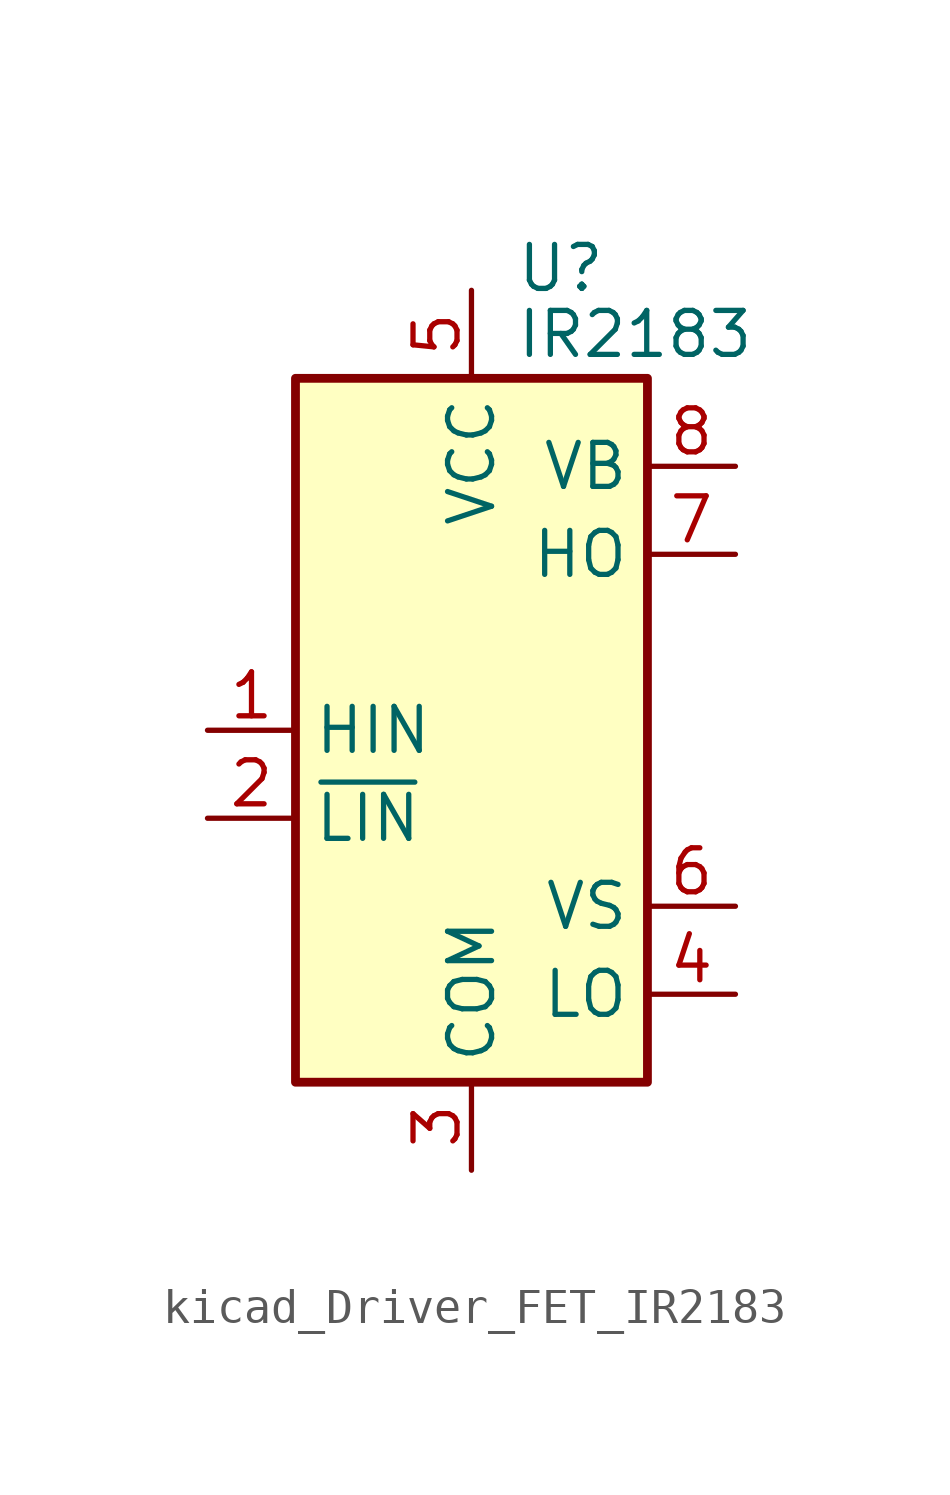
<source format=kicad_sym>
(kicad_symbol_lib
  (version 20220914)
  (generator kicad_symbol_editor)
  (symbol "kicad_Driver_FET_IR2183"
    (property "Reference" "U"
      (at 1.27 13.335 0)
      (effects (font (size 1.27 1.27)) (justify left)))
    (property "Value" "IR2183"
      (at 1.27 11.43 0)
      (effects (font (size 1.27 1.27)) (justify left)))
    (symbol "kicad_Driver_FET_IR2183_0_1"
      (rectangle (start -5.08 -10.16) (end 5.08 10.16) (stroke (width 0.254) (type default)) (fill (type background))))
    (symbol "kicad_Driver_FET_IR2183_1_1"
      (pin input line (at -7.62 0 0) (length 2.54) (name "HIN" (effects (font (size 1.27 1.27)))) (number "1" (effects (font (size 1.27 1.27)))))
      (pin input line (at -7.62 -2.54 0) (length 2.54) (name "~{LIN}" (effects (font (size 1.27 1.27)))) (number "2" (effects (font (size 1.27 1.27)))))
      (pin power_in line (at 0 -12.7 90) (length 2.54) (name "COM" (effects (font (size 1.27 1.27)))) (number "3" (effects (font (size 1.27 1.27)))))
      (pin output line (at 7.62 -7.62 180) (length 2.54) (name "LO" (effects (font (size 1.27 1.27)))) (number "4" (effects (font (size 1.27 1.27)))))
      (pin power_in line (at 0 12.7 270) (length 2.54) (name "VCC" (effects (font (size 1.27 1.27)))) (number "5" (effects (font (size 1.27 1.27)))))
      (pin passive line (at 7.62 -5.08 180) (length 2.54) (name "VS" (effects (font (size 1.27 1.27)))) (number "6" (effects (font (size 1.27 1.27)))))
      (pin output line (at 7.62 5.08 180) (length 2.54) (name "HO" (effects (font (size 1.27 1.27)))) (number "7" (effects (font (size 1.27 1.27)))))
      (pin passive line (at 7.62 7.62 180) (length 2.54) (name "VB" (effects (font (size 1.27 1.27)))) (number "8" (effects (font (size 1.27 1.27))))))))
</source>
